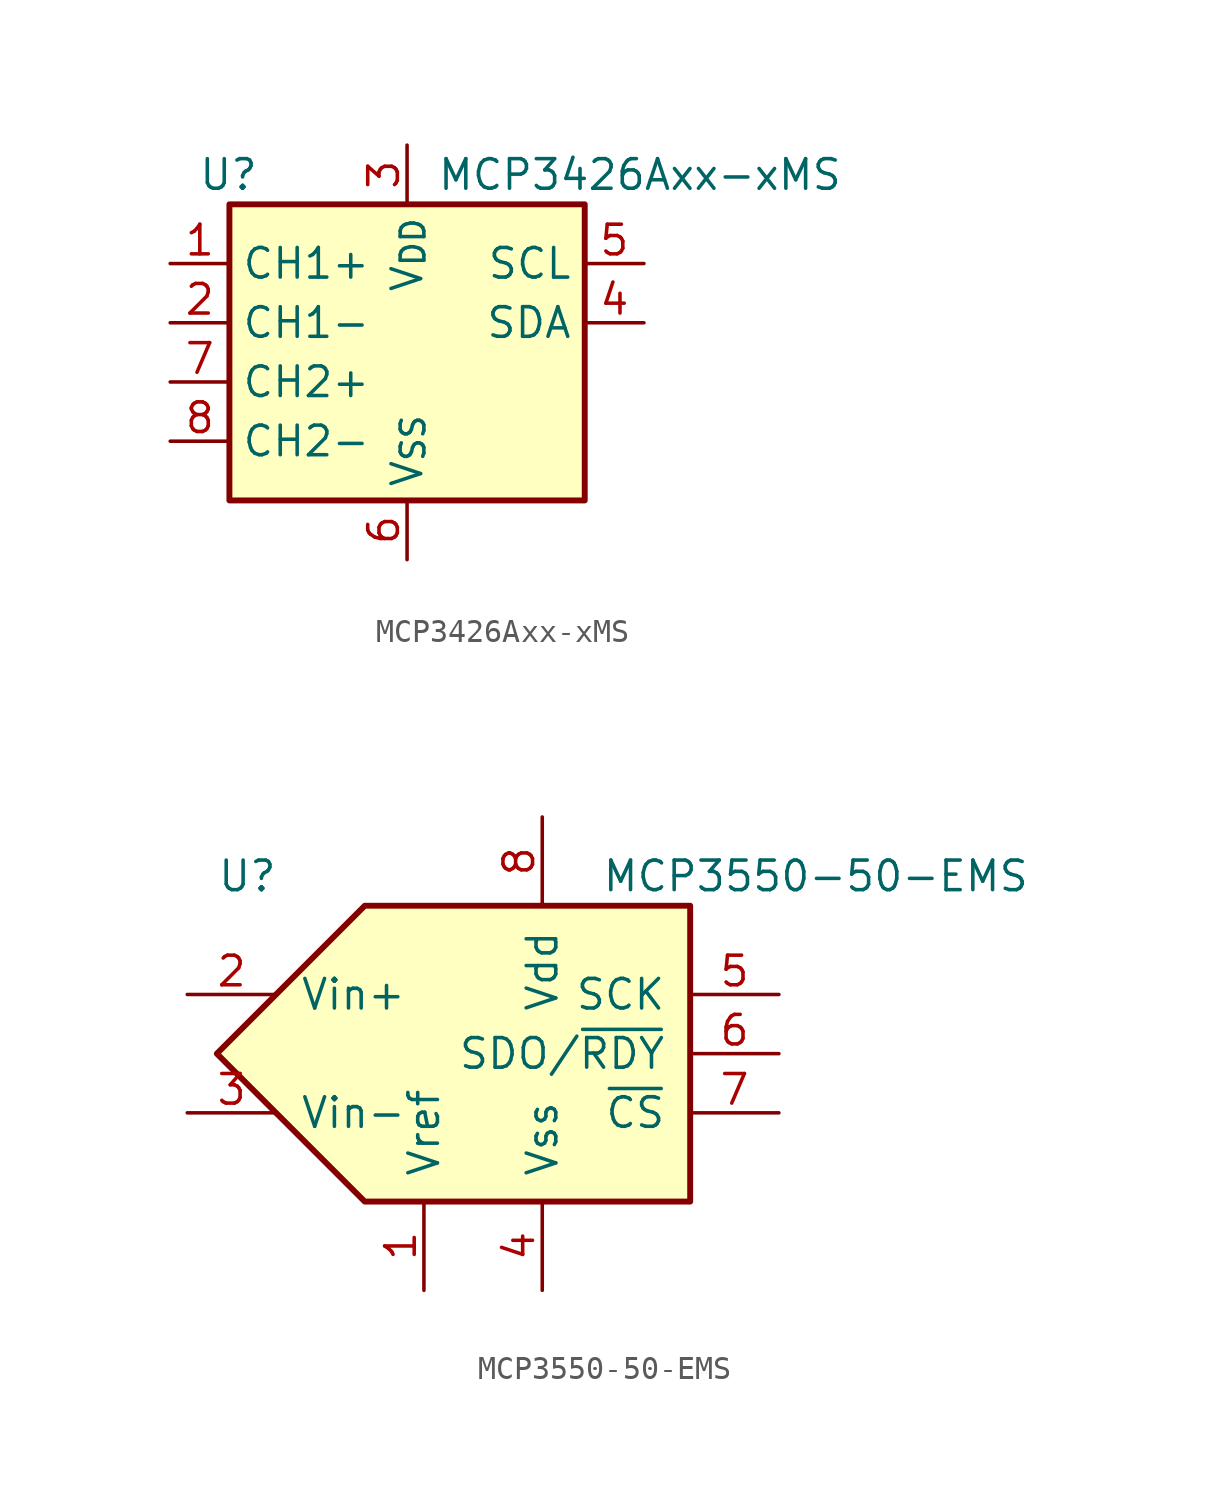
<source format=kicad_sym>
(kicad_symbol_lib
  (version 20241209)
  (generator "kicad_symbol_editor")
  (generator_version "9.0")
  (symbol "MCP3426Axx-xMS"
    (property "Reference" "U"
      (at -6.35 8.89 0)
      (effects (font (size 1.27 1.27)) (justify right)))
    (property "Value" "MCP3426Axx-xMS"
      (at 1.27 8.89 0)
      (effects (font (size 1.27 1.27)) (justify left)))
    (symbol "MCP3426Axx-xMS_0_1"
      (rectangle (start -7.62 7.62) (end 7.62 -5.08) (stroke (width 0.254) (type default)) (fill (type background))))
    (symbol "MCP3426Axx-xMS_1_1"
      (pin input line (at -10.16 5.08 0) (length 2.54) (name "CH1+" (effects (font (size 1.27 1.27)))) (number "1" (effects (font (size 1.27 1.27)))))
      (pin input line (at -10.16 2.54 0) (length 2.54) (name "CH1-" (effects (font (size 1.27 1.27)))) (number "2" (effects (font (size 1.27 1.27)))))
      (pin input line (at -10.16 0 0) (length 2.54) (name "CH2+" (effects (font (size 1.27 1.27)))) (number "7" (effects (font (size 1.27 1.27)))))
      (pin input line (at -10.16 -2.54 0) (length 2.54) (name "CH2-" (effects (font (size 1.27 1.27)))) (number "8" (effects (font (size 1.27 1.27)))))
      (pin power_in line (at 0 10.16 270) (length 2.54) (name "V_{DD}" (effects (font (size 1.27 1.27)))) (number "3" (effects (font (size 1.27 1.27)))))
      (pin power_in line (at 0 -7.62 90) (length 2.54) (name "V_{SS}" (effects (font (size 1.27 1.27)))) (number "6" (effects (font (size 1.27 1.27)))))
      (pin input line (at 10.16 5.08 180) (length 2.54) (name "SCL" (effects (font (size 1.27 1.27)))) (number "5" (effects (font (size 1.27 1.27)))))
      (pin bidirectional line (at 10.16 2.54 180) (length 2.54) (name "SDA" (effects (font (size 1.27 1.27)))) (number "4" (effects (font (size 1.27 1.27)))))))
  (symbol "MCP3550-50-EMS"
    (pin_names
      (offset 1.016))
    (property "Reference" "U"
      (at -11.43 7.62 0)
      (effects (font (size 1.27 1.27)) (justify left)))
    (property "Value" "MCP3550-50-EMS"
      (at 5.08 7.62 0)
      (effects (font (size 1.27 1.27)) (justify left)))
    (symbol "MCP3550-50-EMS_0_1"
      (polyline (pts (xy -5.08 6.35) (xy 8.89 6.35) (xy 8.89 0) (xy 8.89 -6.35) (xy -5.08 -6.35) (xy -11.43 0) (xy -5.08 6.35)) (stroke (width 0.254) (type default)) (fill (type background))))
    (symbol "MCP3550-50-EMS_1_1"
      (pin passive line (at -12.7 2.54 0) (length 3.81) (name "Vin+" (effects (font (size 1.27 1.27)))) (number "2" (effects (font (size 1.27 1.27)))))
      (pin passive line (at -12.7 -2.54 0) (length 3.81) (name "Vin-" (effects (font (size 1.27 1.27)))) (number "3" (effects (font (size 1.27 1.27)))))
      (pin input line (at -2.54 -10.16 90) (length 3.81) (name "Vref" (effects (font (size 1.27 1.27)))) (number "1" (effects (font (size 1.27 1.27)))))
      (pin power_in line (at 2.54 10.16 270) (length 3.81) (name "Vdd" (effects (font (size 1.27 1.27)))) (number "8" (effects (font (size 1.27 1.27)))))
      (pin power_in line (at 2.54 -10.16 90) (length 3.81) (name "Vss" (effects (font (size 1.27 1.27)))) (number "4" (effects (font (size 1.27 1.27)))))
      (pin input line (at 12.7 2.54 180) (length 3.81) (name "SCK" (effects (font (size 1.27 1.27)))) (number "5" (effects (font (size 1.27 1.27)))))
      (pin output line (at 12.7 0 180) (length 3.81) (name "SDO/~{RDY}" (effects (font (size 1.27 1.27)))) (number "6" (effects (font (size 1.27 1.27)))))
      (pin input line (at 12.7 -2.54 180) (length 3.81) (name "~{CS}" (effects (font (size 1.27 1.27)))) (number "7" (effects (font (size 1.27 1.27))))))))
</source>
